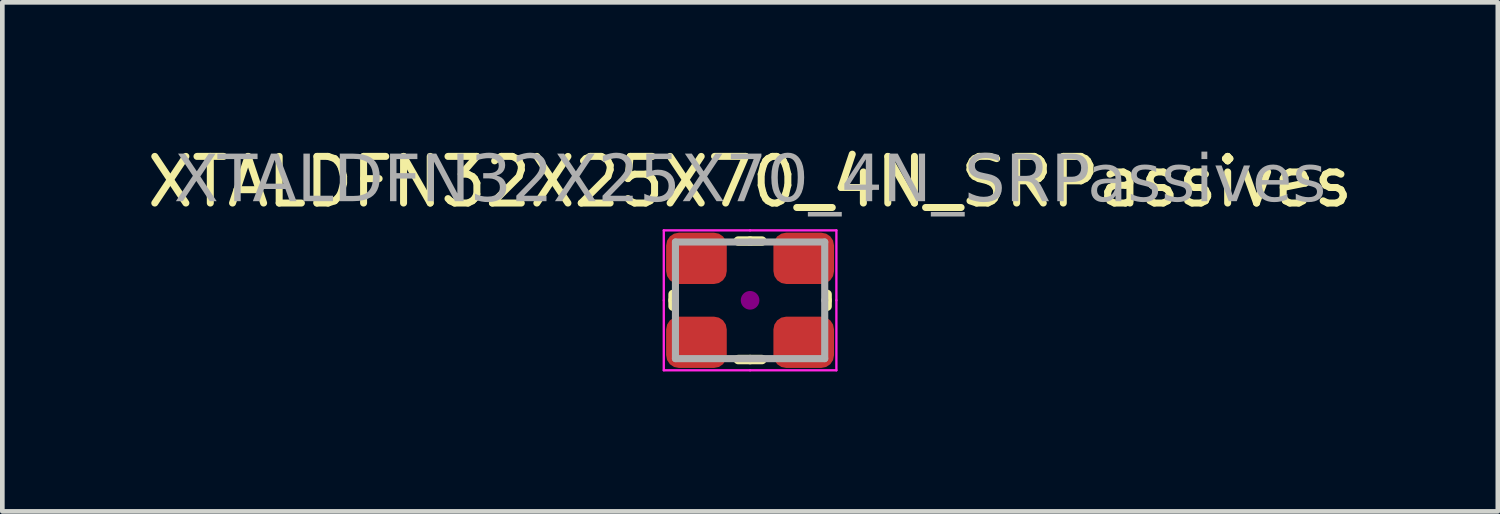
<source format=kicad_pcb>
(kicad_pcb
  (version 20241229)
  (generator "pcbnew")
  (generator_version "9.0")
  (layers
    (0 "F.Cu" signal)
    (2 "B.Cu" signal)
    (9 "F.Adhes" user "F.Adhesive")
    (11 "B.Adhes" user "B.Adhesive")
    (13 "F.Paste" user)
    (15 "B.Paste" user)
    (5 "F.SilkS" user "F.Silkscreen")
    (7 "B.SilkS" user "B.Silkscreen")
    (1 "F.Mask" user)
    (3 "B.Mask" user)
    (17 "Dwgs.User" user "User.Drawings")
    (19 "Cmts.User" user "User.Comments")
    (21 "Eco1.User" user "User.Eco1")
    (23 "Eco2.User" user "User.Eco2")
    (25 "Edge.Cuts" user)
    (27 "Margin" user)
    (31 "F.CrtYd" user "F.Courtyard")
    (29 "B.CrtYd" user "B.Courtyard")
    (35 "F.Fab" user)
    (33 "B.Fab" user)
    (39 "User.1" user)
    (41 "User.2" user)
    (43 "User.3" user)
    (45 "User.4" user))
  (footprint "XTALDFN32X25X70_4N_SRPassives"
    (layer "F.Cu")
    (at 13.03 3.388)
    (property "Reference" "XTALDFN32X25X70_4N_SRPassives" (at 0 -2.54 0) (layer "F.SilkS") (effects (font (size 1 1) (thickness 0.15))))
    (attr smd)
    (fp_line (start -1.651 0) (end -1.651 -0.127) (stroke (width 0.203) (type solid)) (layer "F.SilkS"))
    (fp_line (start -1.651 0) (end -1.651 0.127) (stroke (width 0.203) (type solid)) (layer "F.SilkS"))
    (fp_line (start 0 -1.27) (end -0.254 -1.27) (stroke (width 0.203) (type solid)) (layer "F.SilkS"))
    (fp_line (start 0 -1.27) (end 0.254 -1.27) (stroke (width 0.203) (type solid)) (layer "F.SilkS"))
    (fp_line (start 0 1.27) (end -0.254 1.27) (stroke (width 0.203) (type solid)) (layer "F.SilkS"))
    (fp_line (start 0 1.27) (end 0.254 1.27) (stroke (width 0.203) (type solid)) (layer "F.SilkS"))
    (fp_line (start 1.651 0) (end 1.651 -0.127) (stroke (width 0.203) (type solid)) (layer "F.SilkS"))
    (fp_line (start 1.651 0) (end 1.651 0.127) (stroke (width 0.203) (type solid)) (layer "F.SilkS"))
    (fp_circle (center 0 0) (end 0.2 0) (stroke (width 0) (type solid)) (fill yes) (layer "F.Adhes"))
    (fp_line (start -1.85 -1.5) (end -1.85 0) (stroke (width 0.05) (type solid)) (layer "F.CrtYd"))
    (fp_line (start -1.85 -1.5) (end 0 -1.5) (stroke (width 0.05) (type solid)) (layer "F.CrtYd"))
    (fp_line (start -1.85 1.5) (end -1.85 0) (stroke (width 0.05) (type solid)) (layer "F.CrtYd"))
    (fp_line (start -1.85 1.5) (end 0 1.5) (stroke (width 0.05) (type solid)) (layer "F.CrtYd"))
    (fp_line (start 1.85 -1.5) (end 0 -1.5) (stroke (width 0.05) (type solid)) (layer "F.CrtYd"))
    (fp_line (start 1.85 -1.5) (end 1.85 0) (stroke (width 0.05) (type solid)) (layer "F.CrtYd"))
    (fp_line (start 1.85 1.5) (end 0 1.5) (stroke (width 0.05) (type solid)) (layer "F.CrtYd"))
    (fp_line (start 1.85 1.5) (end 1.85 0) (stroke (width 0.05) (type solid)) (layer "F.CrtYd"))
    (fp_line (start -1.6 -1.25) (end -1.6 0) (stroke (width 0.152) (type solid)) (layer "F.Fab"))
    (fp_line (start -1.6 -1.25) (end 0 -1.25) (stroke (width 0.152) (type solid)) (layer "F.Fab"))
    (fp_line (start -1.6 1.25) (end -1.6 0) (stroke (width 0.152) (type solid)) (layer "F.Fab"))
    (fp_line (start -1.6 1.25) (end 0 1.25) (stroke (width 0.152) (type solid)) (layer "F.Fab"))
    (fp_line (start 1.6 -1.25) (end 0 -1.25) (stroke (width 0.152) (type solid)) (layer "F.Fab"))
    (fp_line (start 1.6 -1.25) (end 1.6 0) (stroke (width 0.152) (type solid)) (layer "F.Fab"))
    (fp_line (start 1.6 1.25) (end 0 1.25) (stroke (width 0.152) (type solid)) (layer "F.Fab"))
    (fp_line (start 1.6 1.25) (end 1.6 0) (stroke (width 0.152) (type solid)) (layer "F.Fab"))
    (fp_text user "${REFERENCE}" (at 0 -2.54 0) (layer "F.Fab") (effects (font (face "Tahoma") (size 1 1) (thickness 0.06))))
    (pad "1" smd roundrect (at -1.15 0.9) (size 1.3 1.1) (layers "F.Cu" "F.Mask" "F.Paste") (roundrect_rratio 0.25))
    (pad "2" smd roundrect (at 1.15 0.9) (size 1.3 1.1) (layers "F.Cu" "F.Mask" "F.Paste") (roundrect_rratio 0.25))
    (pad "3" smd roundrect (at 1.15 -0.9) (size 1.3 1.1) (layers "F.Cu" "F.Mask" "F.Paste") (roundrect_rratio 0.25))
    (pad "4" smd roundrect (at -1.15 -0.9) (size 1.3 1.1) (layers "F.Cu" "F.Mask" "F.Paste") (roundrect_rratio 0.25)))
  (gr_rect
    (start -3 -3)
    (end 29.06 7.913)
    (stroke (width 0.1) (type default))
    (fill no)
    (layer "Edge.Cuts")))
</source>
